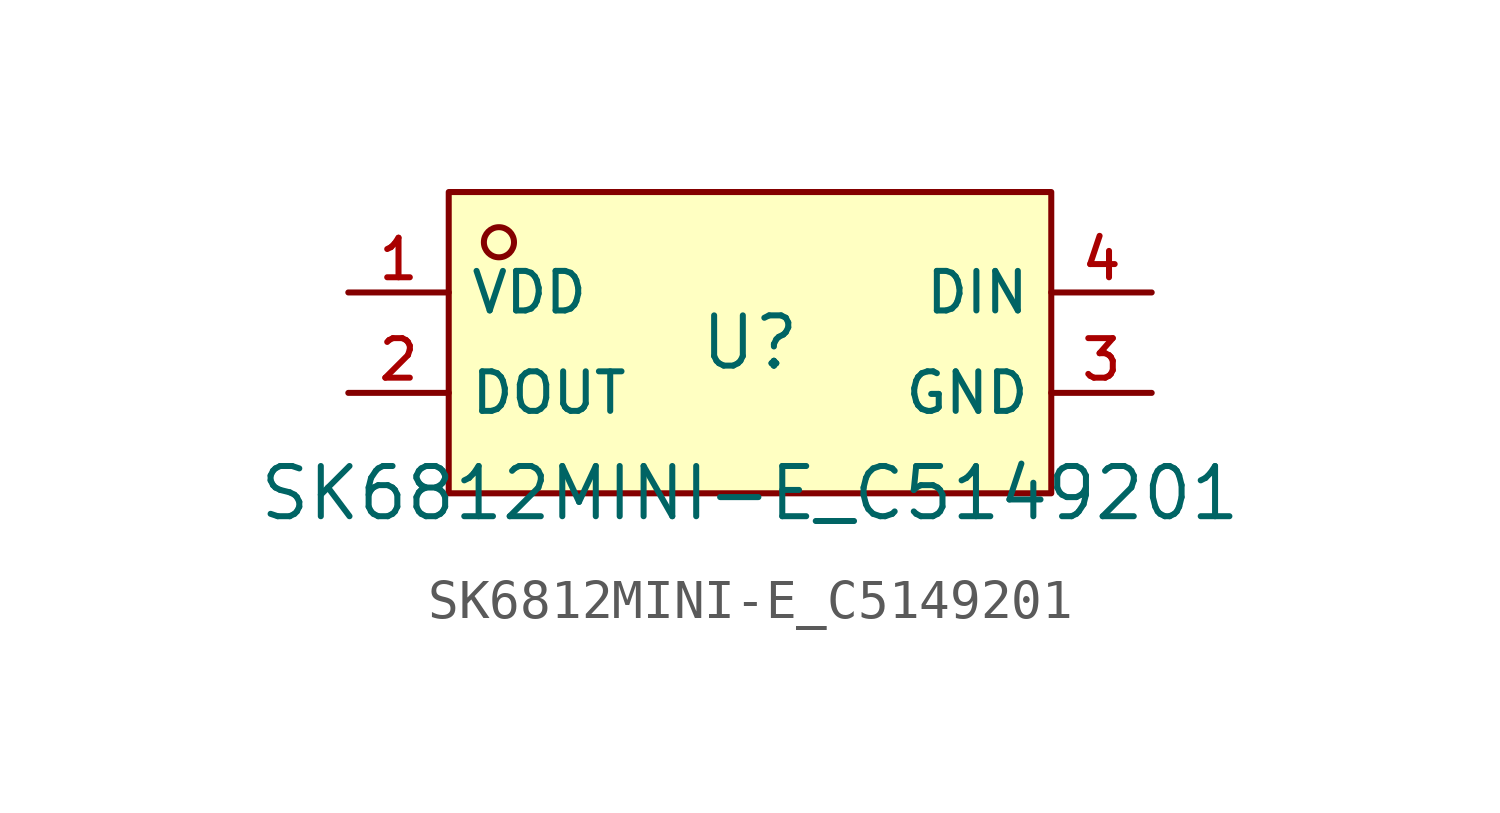
<source format=kicad_sym>
(kicad_symbol_lib
  (version 20210201)
  (generator TousstNicolas/JLC2KiCad_lib)
  (symbol "SK6812MINI-E_C5149201"
    (property "Reference" "U"
      (at 0 1.27 0)
      (effects (font (size 1.27 1.27))))
    (property "Value" "SK6812MINI-E_C5149201"
      (at 0 -2.54 0)
      (effects (font (size 1.27 1.27))))
    (symbol "SK6812MINI-E_C5149201_0_1"
      (pin unspecified line (at 10.16 2.54 180) (length 2.54) (name "DIN" (effects (font (size 1 1)))) (number "4" (effects (font (size 1 1)))))
      (pin unspecified line (at 10.16 -0.0 180) (length 2.54) (name "GND" (effects (font (size 1 1)))) (number "3" (effects (font (size 1 1)))))
      (pin unspecified line (at -10.16 -0.0 0) (length 2.54) (name "DOUT" (effects (font (size 1 1)))) (number "2" (effects (font (size 1 1)))))
      (pin unspecified line (at -10.16 2.54 0) (length 2.54) (name "VDD" (effects (font (size 1 1)))) (number "1" (effects (font (size 1 1)))))
      (circle (center -6.35 3.81) (radius 0.381) (stroke (width 0) (type default) (color 0 0 0 0)) (fill (type background)))
      (rectangle (start -7.62 5.08) (end 7.62 -2.54) (stroke (width 0) (type default) (color 0 0 0 0)) (fill (type background))))))
</source>
